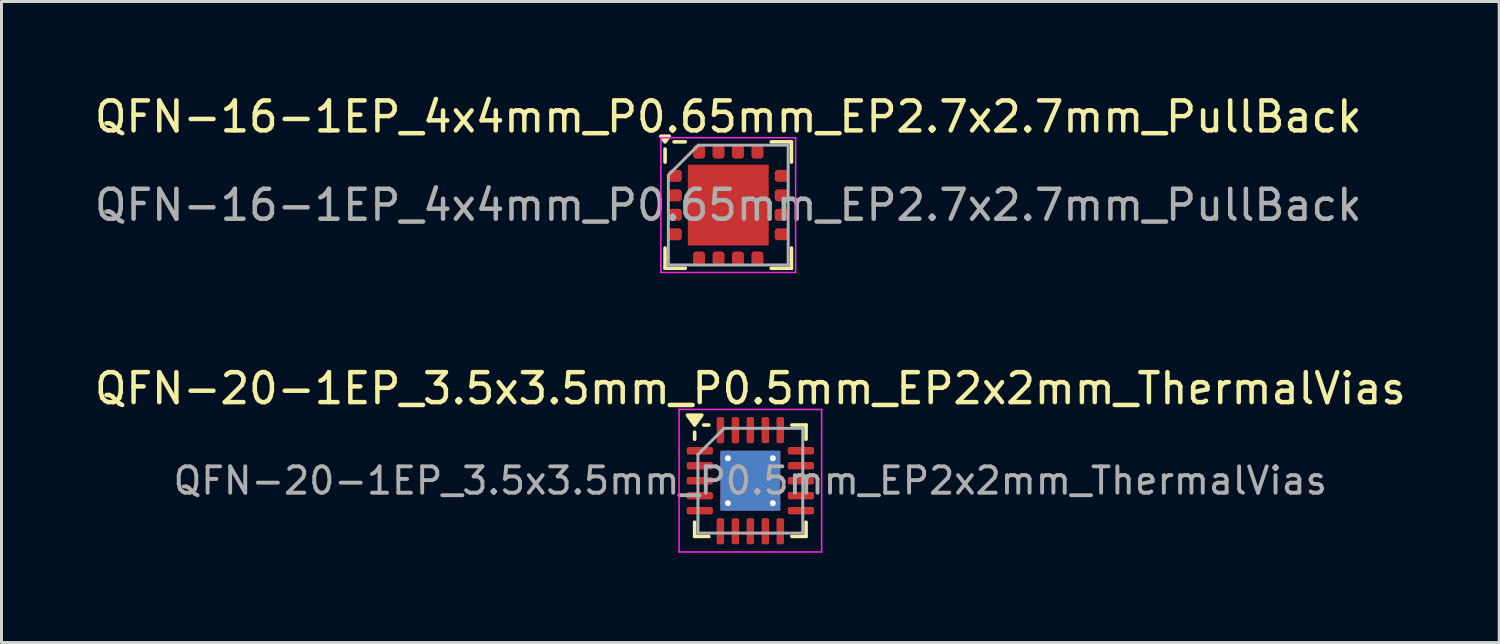
<source format=kicad_pcb>
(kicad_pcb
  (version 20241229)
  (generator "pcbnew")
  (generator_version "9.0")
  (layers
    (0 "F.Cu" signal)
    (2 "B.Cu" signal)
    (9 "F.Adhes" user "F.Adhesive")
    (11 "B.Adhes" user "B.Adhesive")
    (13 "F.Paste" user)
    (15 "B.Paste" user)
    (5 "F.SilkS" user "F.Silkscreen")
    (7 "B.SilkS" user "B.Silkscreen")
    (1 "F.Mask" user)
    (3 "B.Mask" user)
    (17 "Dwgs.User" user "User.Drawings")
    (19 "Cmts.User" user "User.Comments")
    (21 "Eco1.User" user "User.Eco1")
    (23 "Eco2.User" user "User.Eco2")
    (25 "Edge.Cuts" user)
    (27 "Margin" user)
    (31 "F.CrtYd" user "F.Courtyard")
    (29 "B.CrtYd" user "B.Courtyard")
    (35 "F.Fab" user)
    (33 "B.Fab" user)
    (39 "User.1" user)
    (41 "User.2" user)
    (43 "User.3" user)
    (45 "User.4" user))
  (footprint "QFN-16-1EP_4x4mm_P0.65mm_EP2.7x2.7mm_PullBack"
    (layer "F.Cu")
    (at 21.268 3.798)
    (property "Reference" "QFN-16-1EP_4x4mm_P0.65mm_EP2.7x2.7mm_PullBack" (at 0 -2.95 0) (layer "F.SilkS") (effects (font (size 1 1) (thickness 0.15))))
    (attr smd)
    (fp_line (start -2.11 -1.435) (end -2.11 -1.87) (stroke (width 0.12) (type solid)) (layer "F.SilkS"))
    (fp_line (start -2.11 2.11) (end -2.11 1.435) (stroke (width 0.12) (type solid)) (layer "F.SilkS"))
    (fp_line (start -1.435 -2.11) (end -1.81 -2.11) (stroke (width 0.12) (type solid)) (layer "F.SilkS"))
    (fp_line (start -1.435 2.11) (end -2.11 2.11) (stroke (width 0.12) (type solid)) (layer "F.SilkS"))
    (fp_line (start 1.435 -2.11) (end 2.11 -2.11) (stroke (width 0.12) (type solid)) (layer "F.SilkS"))
    (fp_line (start 1.435 2.11) (end 2.11 2.11) (stroke (width 0.12) (type solid)) (layer "F.SilkS"))
    (fp_line (start 2.11 -2.11) (end 2.11 -1.435) (stroke (width 0.12) (type solid)) (layer "F.SilkS"))
    (fp_line (start 2.11 2.11) (end 2.11 1.435) (stroke (width 0.12) (type solid)) (layer "F.SilkS"))
    (fp_poly (pts (xy -2.11 -2.11) (xy -2.25 -2.3) (xy -1.97 -2.3) (xy -2.11 -2.11)) (stroke (width 0.12) (type solid)) (fill yes) (layer "F.SilkS"))
    (fp_line (start -2.25 -2.25) (end -2.25 2.25) (stroke (width 0.05) (type solid)) (layer "F.CrtYd"))
    (fp_line (start -2.25 2.25) (end 2.25 2.25) (stroke (width 0.05) (type solid)) (layer "F.CrtYd"))
    (fp_line (start 2.25 -2.25) (end -2.25 -2.25) (stroke (width 0.05) (type solid)) (layer "F.CrtYd"))
    (fp_line (start 2.25 2.25) (end 2.25 -2.25) (stroke (width 0.05) (type solid)) (layer "F.CrtYd"))
    (fp_line (start -2 -1) (end -1 -2) (stroke (width 0.1) (type solid)) (layer "F.Fab"))
    (fp_line (start -2 2) (end -2 -1) (stroke (width 0.1) (type solid)) (layer "F.Fab"))
    (fp_line (start -1 -2) (end 2 -2) (stroke (width 0.1) (type solid)) (layer "F.Fab"))
    (fp_line (start 2 -2) (end 2 2) (stroke (width 0.1) (type solid)) (layer "F.Fab"))
    (fp_line (start 2 2) (end -2 2) (stroke (width 0.1) (type solid)) (layer "F.Fab"))
    (fp_text user "${REFERENCE}" (at 0 0 0) (layer "F.Fab") (effects (font (size 1 1) (thickness 0.15))))
    (pad "" smd roundrect (at -0.675 -0.675) (size 1.09 1.09) (layers "F.Paste") (roundrect_rratio 0.229))
    (pad "" smd roundrect (at -0.675 0.675) (size 1.09 1.09) (layers "F.Paste") (roundrect_rratio 0.229))
    (pad "" smd roundrect (at 0.675 -0.675) (size 1.09 1.09) (layers "F.Paste") (roundrect_rratio 0.229))
    (pad "" smd roundrect (at 0.675 0.675) (size 1.09 1.09) (layers "F.Paste") (roundrect_rratio 0.229))
    (pad "1" smd roundrect (at -1.775 -0.975) (size 0.45 0.4) (layers "F.Cu" "F.Mask" "F.Paste") (roundrect_rratio 0.25))
    (pad "2" smd roundrect (at -1.775 -0.325) (size 0.45 0.4) (layers "F.Cu" "F.Mask" "F.Paste") (roundrect_rratio 0.25))
    (pad "3" smd roundrect (at -1.775 0.325) (size 0.45 0.4) (layers "F.Cu" "F.Mask" "F.Paste") (roundrect_rratio 0.25))
    (pad "4" smd roundrect (at -1.775 0.975) (size 0.45 0.4) (layers "F.Cu" "F.Mask" "F.Paste") (roundrect_rratio 0.25))
    (pad "5" smd roundrect (at -0.975 1.775) (size 0.4 0.45) (layers "F.Cu" "F.Mask" "F.Paste") (roundrect_rratio 0.25))
    (pad "6" smd roundrect (at -0.325 1.775) (size 0.4 0.45) (layers "F.Cu" "F.Mask" "F.Paste") (roundrect_rratio 0.25))
    (pad "7" smd roundrect (at 0.325 1.775) (size 0.4 0.45) (layers "F.Cu" "F.Mask" "F.Paste") (roundrect_rratio 0.25))
    (pad "8" smd roundrect (at 0.975 1.775) (size 0.4 0.45) (layers "F.Cu" "F.Mask" "F.Paste") (roundrect_rratio 0.25))
    (pad "9" smd roundrect (at 1.775 0.975) (size 0.45 0.4) (layers "F.Cu" "F.Mask" "F.Paste") (roundrect_rratio 0.25))
    (pad "10" smd roundrect (at 1.775 0.325) (size 0.45 0.4) (layers "F.Cu" "F.Mask" "F.Paste") (roundrect_rratio 0.25))
    (pad "11" smd roundrect (at 1.775 -0.325) (size 0.45 0.4) (layers "F.Cu" "F.Mask" "F.Paste") (roundrect_rratio 0.25))
    (pad "12" smd roundrect (at 1.775 -0.975) (size 0.45 0.4) (layers "F.Cu" "F.Mask" "F.Paste") (roundrect_rratio 0.25))
    (pad "13" smd roundrect (at 0.975 -1.775) (size 0.4 0.45) (layers "F.Cu" "F.Mask" "F.Paste") (roundrect_rratio 0.25))
    (pad "14" smd roundrect (at 0.325 -1.775) (size 0.4 0.45) (layers "F.Cu" "F.Mask" "F.Paste") (roundrect_rratio 0.25))
    (pad "15" smd roundrect (at -0.325 -1.775) (size 0.4 0.45) (layers "F.Cu" "F.Mask" "F.Paste") (roundrect_rratio 0.25))
    (pad "16" smd roundrect (at -0.975 -1.775) (size 0.4 0.45) (layers "F.Cu" "F.Mask" "F.Paste") (roundrect_rratio 0.25))
    (pad "17" smd rect (at 0 0) (size 2.7 2.7) (property pad_prop_heatsink) (layers "F.Cu" "F.Mask")))
  (footprint "QFN-20-1EP_3.5x3.5mm_P0.5mm_EP2x2mm_ThermalVias"
    (layer "F.Cu")
    (at 22.006 13.002)
    (property "Reference" "QFN-20-1EP_3.5x3.5mm_P0.5mm_EP2x2mm_ThermalVias" (at 0 -3.08 0) (layer "F.SilkS") (effects (font (size 1 1) (thickness 0.15))))
    (attr smd)
    (fp_line (start -1.86 -1.385) (end -1.86 -1.62) (stroke (width 0.12) (type solid)) (layer "F.SilkS"))
    (fp_line (start -1.86 1.86) (end -1.86 1.385) (stroke (width 0.12) (type solid)) (layer "F.SilkS"))
    (fp_line (start -1.385 -1.86) (end -1.56 -1.86) (stroke (width 0.12) (type solid)) (layer "F.SilkS"))
    (fp_line (start -1.385 1.86) (end -1.86 1.86) (stroke (width 0.12) (type solid)) (layer "F.SilkS"))
    (fp_line (start 1.385 -1.86) (end 1.86 -1.86) (stroke (width 0.12) (type solid)) (layer "F.SilkS"))
    (fp_line (start 1.385 1.86) (end 1.86 1.86) (stroke (width 0.12) (type solid)) (layer "F.SilkS"))
    (fp_line (start 1.86 -1.86) (end 1.86 -1.385) (stroke (width 0.12) (type solid)) (layer "F.SilkS"))
    (fp_line (start 1.86 1.86) (end 1.86 1.385) (stroke (width 0.12) (type solid)) (layer "F.SilkS"))
    (fp_poly (pts (xy -1.86 -1.86) (xy -2.1 -2.19) (xy -1.62 -2.19) (xy -1.86 -1.86)) (stroke (width 0.12) (type solid)) (fill yes) (layer "F.SilkS"))
    (fp_line (start -2.38 -2.38) (end -2.38 2.38) (stroke (width 0.05) (type solid)) (layer "F.CrtYd"))
    (fp_line (start -2.38 2.38) (end 2.38 2.38) (stroke (width 0.05) (type solid)) (layer "F.CrtYd"))
    (fp_line (start 2.38 -2.38) (end -2.38 -2.38) (stroke (width 0.05) (type solid)) (layer "F.CrtYd"))
    (fp_line (start 2.38 2.38) (end 2.38 -2.38) (stroke (width 0.05) (type solid)) (layer "F.CrtYd"))
    (fp_line (start -1.75 -0.875) (end -0.875 -1.75) (stroke (width 0.1) (type solid)) (layer "F.Fab"))
    (fp_line (start -1.75 1.75) (end -1.75 -0.875) (stroke (width 0.1) (type solid)) (layer "F.Fab"))
    (fp_line (start -0.875 -1.75) (end 1.75 -1.75) (stroke (width 0.1) (type solid)) (layer "F.Fab"))
    (fp_line (start 1.75 -1.75) (end 1.75 1.75) (stroke (width 0.1) (type solid)) (layer "F.Fab"))
    (fp_line (start 1.75 1.75) (end -1.75 1.75) (stroke (width 0.1) (type solid)) (layer "F.Fab"))
    (fp_text user "${REFERENCE}" (at 0 0 0) (layer "F.Fab") (effects (font (size 0.88 0.88) (thickness 0.13))))
    (pad "" smd roundrect (at -0.5 -0.5) (size 0.87 0.87) (layers "F.Paste") (roundrect_rratio 0.25))
    (pad "" smd roundrect (at -0.5 0.5) (size 0.87 0.87) (layers "F.Paste") (roundrect_rratio 0.25))
    (pad "" smd roundrect (at 0.5 -0.5) (size 0.87 0.87) (layers "F.Paste") (roundrect_rratio 0.25))
    (pad "" smd roundrect (at 0.5 0.5) (size 0.87 0.87) (layers "F.Paste") (roundrect_rratio 0.25))
    (pad "1" smd roundrect (at -1.688 -1) (size 0.875 0.25) (layers "F.Cu" "F.Mask" "F.Paste") (roundrect_rratio 0.25))
    (pad "2" smd roundrect (at -1.688 -0.5) (size 0.875 0.25) (layers "F.Cu" "F.Mask" "F.Paste") (roundrect_rratio 0.25))
    (pad "3" smd roundrect (at -1.688 0) (size 0.875 0.25) (layers "F.Cu" "F.Mask" "F.Paste") (roundrect_rratio 0.25))
    (pad "4" smd roundrect (at -1.688 0.5) (size 0.875 0.25) (layers "F.Cu" "F.Mask" "F.Paste") (roundrect_rratio 0.25))
    (pad "5" smd roundrect (at -1.688 1) (size 0.875 0.25) (layers "F.Cu" "F.Mask" "F.Paste") (roundrect_rratio 0.25))
    (pad "6" smd roundrect (at -1 1.688) (size 0.25 0.875) (layers "F.Cu" "F.Mask" "F.Paste") (roundrect_rratio 0.25))
    (pad "7" smd roundrect (at -0.5 1.688) (size 0.25 0.875) (layers "F.Cu" "F.Mask" "F.Paste") (roundrect_rratio 0.25))
    (pad "8" smd roundrect (at 0 1.688) (size 0.25 0.875) (layers "F.Cu" "F.Mask" "F.Paste") (roundrect_rratio 0.25))
    (pad "9" smd roundrect (at 0.5 1.688) (size 0.25 0.875) (layers "F.Cu" "F.Mask" "F.Paste") (roundrect_rratio 0.25))
    (pad "10" smd roundrect (at 1 1.688) (size 0.25 0.875) (layers "F.Cu" "F.Mask" "F.Paste") (roundrect_rratio 0.25))
    (pad "11" smd roundrect (at 1.688 1) (size 0.875 0.25) (layers "F.Cu" "F.Mask" "F.Paste") (roundrect_rratio 0.25))
    (pad "12" smd roundrect (at 1.688 0.5) (size 0.875 0.25) (layers "F.Cu" "F.Mask" "F.Paste") (roundrect_rratio 0.25))
    (pad "13" smd roundrect (at 1.688 0) (size 0.875 0.25) (layers "F.Cu" "F.Mask" "F.Paste") (roundrect_rratio 0.25))
    (pad "14" smd roundrect (at 1.688 -0.5) (size 0.875 0.25) (layers "F.Cu" "F.Mask" "F.Paste") (roundrect_rratio 0.25))
    (pad "15" smd roundrect (at 1.688 -1) (size 0.875 0.25) (layers "F.Cu" "F.Mask" "F.Paste") (roundrect_rratio 0.25))
    (pad "16" smd roundrect (at 1 -1.688) (size 0.25 0.875) (layers "F.Cu" "F.Mask" "F.Paste") (roundrect_rratio 0.25))
    (pad "17" smd roundrect (at 0.5 -1.688) (size 0.25 0.875) (layers "F.Cu" "F.Mask" "F.Paste") (roundrect_rratio 0.25))
    (pad "18" smd roundrect (at 0 -1.688) (size 0.25 0.875) (layers "F.Cu" "F.Mask" "F.Paste") (roundrect_rratio 0.25))
    (pad "19" smd roundrect (at -0.5 -1.688) (size 0.25 0.875) (layers "F.Cu" "F.Mask" "F.Paste") (roundrect_rratio 0.25))
    (pad "20" smd roundrect (at -1 -1.688) (size 0.25 0.875) (layers "F.Cu" "F.Mask" "F.Paste") (roundrect_rratio 0.25))
    (pad "21" thru_hole circle (at -0.75 -0.75) (size 0.5 0.5) (drill 0.2) (property pad_prop_heatsink) (layers "*.Cu"))
    (pad "21" thru_hole circle (at -0.75 0.75) (size 0.5 0.5) (drill 0.2) (property pad_prop_heatsink) (layers "*.Cu"))
    (pad "21" smd rect (at 0 0) (size 2 2) (property pad_prop_heatsink) (layers "F.Cu" "F.Mask"))
    (pad "21" smd rect (at 0 0) (size 2 2) (property pad_prop_heatsink) (layers "B.Cu"))
    (pad "21" thru_hole circle (at 0.75 -0.75) (size 0.5 0.5) (drill 0.2) (property pad_prop_heatsink) (layers "*.Cu"))
    (pad "21" thru_hole circle (at 0.75 0.75) (size 0.5 0.5) (drill 0.2) (property pad_prop_heatsink) (layers "*.Cu")))
  (gr_rect
    (start -3 -3)
    (end 47.012 18.407)
    (stroke (width 0.1) (type default))
    (fill no)
    (layer "Edge.Cuts")))
</source>
